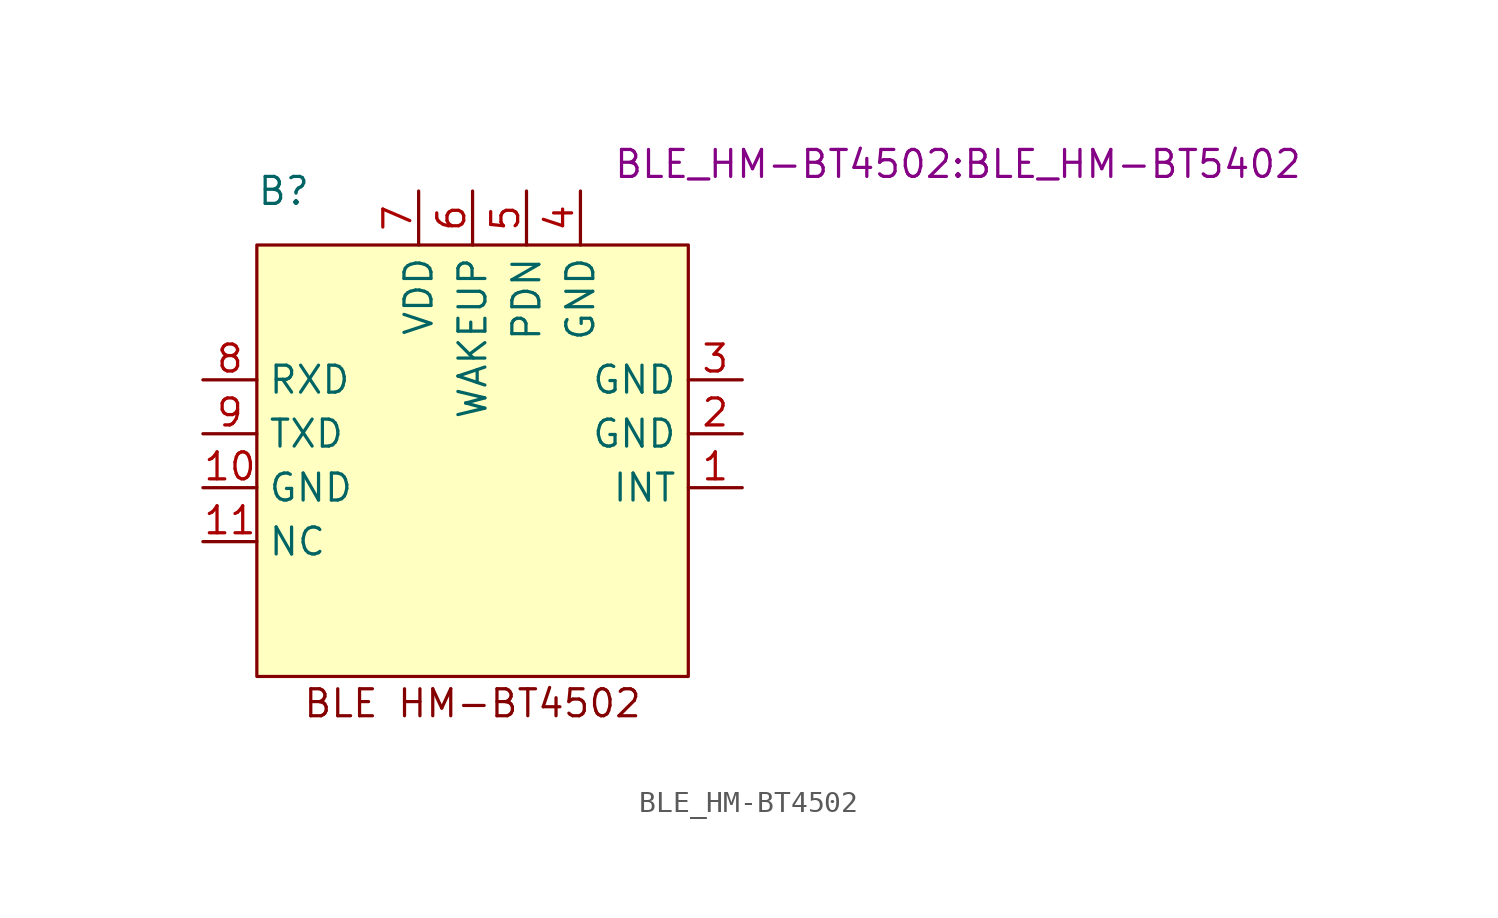
<source format=kicad_sym>
(kicad_symbol_lib
  (version 20220914)
  (generator kicad_symbol_editor)
  (symbol "BLE_HM-BT4502"
    (property "Reference" "B"
      (at -8.89 1.27 0)
      (effects (font (size 1.27 1.27))))
    (property "Value" ""
      (at 0 0 0)
      (effects (font (size 1.27 1.27))))
    (property "Footprint" "BLE_HM-BT4502:BLE_HM-BT5402"
      (at 22.86 2.54 0)
      (effects (font (size 1.27 1.27))))
    (symbol "BLE_HM-BT4502_1_1"
      (rectangle (start -10.16 -1.27) (end 10.16 -21.59) (stroke (width 0) (type default)) (fill (type background)))
      (text "BLE HM-BT4502\n" (at 0 -22.86 0) (effects (font (size 1.27 1.27))))
      (pin input line (at 12.7 -12.7 180) (length 2.54) (name "INT" (effects (font (size 1.27 1.27)))) (number "1" (effects (font (size 1.27 1.27)))))
      (pin input line (at -12.7 -12.7 0) (length 2.54) (name "GND" (effects (font (size 1.27 1.27)))) (number "10" (effects (font (size 1.27 1.27)))))
      (pin input line (at -12.7 -15.24 0) (length 2.54) (name "NC" (effects (font (size 1.27 1.27)))) (number "11" (effects (font (size 1.27 1.27)))))
      (pin input line (at 12.7 -10.16 180) (length 2.54) (name "GND" (effects (font (size 1.27 1.27)))) (number "2" (effects (font (size 1.27 1.27)))))
      (pin input line (at 12.7 -7.62 180) (length 2.54) (name "GND" (effects (font (size 1.27 1.27)))) (number "3" (effects (font (size 1.27 1.27)))))
      (pin input line (at 5.08 1.27 270) (length 2.54) (name "GND" (effects (font (size 1.27 1.27)))) (number "4" (effects (font (size 1.27 1.27)))))
      (pin input line (at 2.54 1.27 270) (length 2.54) (name "PDN" (effects (font (size 1.27 1.27)))) (number "5" (effects (font (size 1.27 1.27)))))
      (pin input line (at 0 1.27 270) (length 2.54) (name "WAKEUP" (effects (font (size 1.27 1.27)))) (number "6" (effects (font (size 1.27 1.27)))))
      (pin input line (at -2.54 1.27 270) (length 2.54) (name "VDD" (effects (font (size 1.27 1.27)))) (number "7" (effects (font (size 1.27 1.27)))))
      (pin input line (at -12.7 -7.62 0) (length 2.54) (name "RXD" (effects (font (size 1.27 1.27)))) (number "8" (effects (font (size 1.27 1.27)))))
      (pin input line (at -12.7 -10.16 0) (length 2.54) (name "TXD" (effects (font (size 1.27 1.27)))) (number "9" (effects (font (size 1.27 1.27))))))))
</source>
